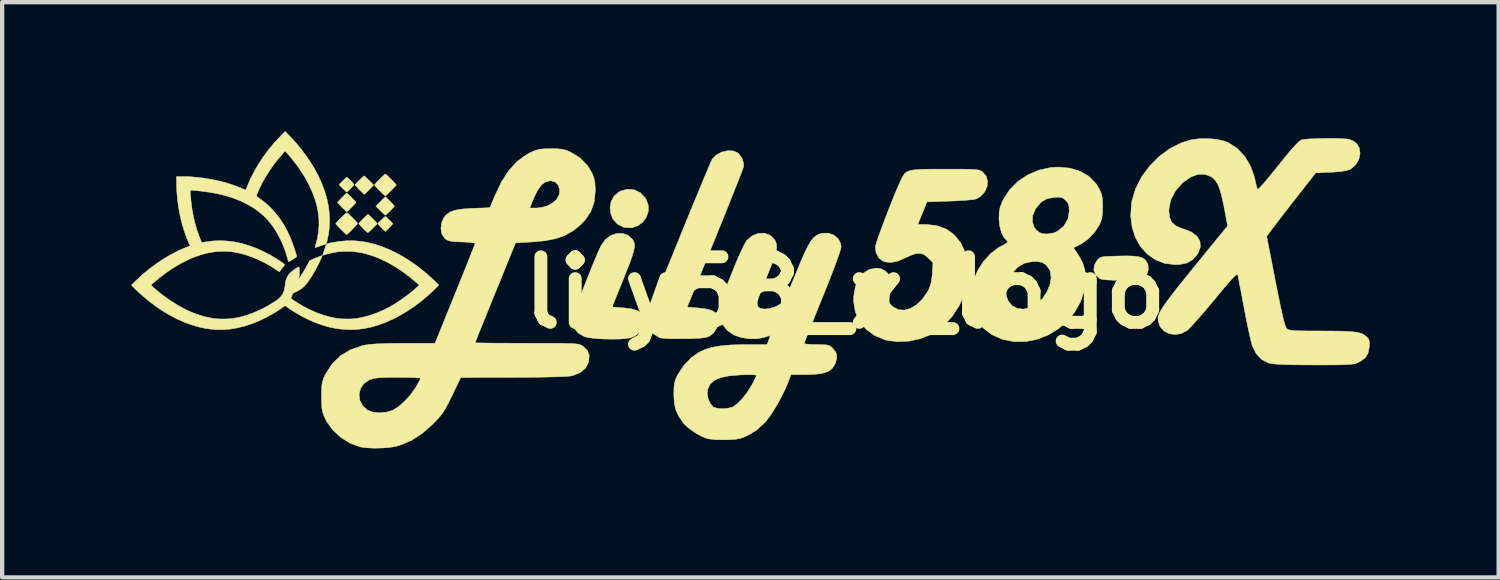
<source format=kicad_pcb>
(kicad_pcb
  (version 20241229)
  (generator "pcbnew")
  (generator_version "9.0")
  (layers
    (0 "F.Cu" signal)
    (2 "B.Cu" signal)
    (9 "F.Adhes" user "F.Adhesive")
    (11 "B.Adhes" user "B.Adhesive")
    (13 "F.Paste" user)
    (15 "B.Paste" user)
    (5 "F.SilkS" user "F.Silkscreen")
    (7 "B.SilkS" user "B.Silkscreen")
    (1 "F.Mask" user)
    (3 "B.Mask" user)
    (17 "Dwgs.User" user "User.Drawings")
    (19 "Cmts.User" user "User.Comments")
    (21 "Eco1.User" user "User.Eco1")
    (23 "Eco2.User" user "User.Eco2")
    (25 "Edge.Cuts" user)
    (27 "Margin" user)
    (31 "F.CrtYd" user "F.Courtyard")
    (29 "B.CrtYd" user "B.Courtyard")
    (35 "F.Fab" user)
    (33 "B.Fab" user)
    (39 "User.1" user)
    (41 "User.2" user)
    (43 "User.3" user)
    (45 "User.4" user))
  (footprint "lily58_x_logo"
    (layer "F.Cu")
    (at 16.601 3.755)
    (property "Reference" "lily58_x_logo" (at 0 0 0) (layer "F.SilkS") (effects (font (size 1.524 1.524) (thickness 0.3))))
    (attr through_hole)
    (fp_poly (pts (xy -4.905 -2.393) (xy -4.762 -2.323) (xy -4.646 -2.2) (xy -4.635 -2.183) (xy -4.579 -2.038) (xy -4.577 -1.893) (xy -4.622 -1.757) (xy -4.707 -1.642) (xy -4.822 -1.556) (xy -4.961 -1.51) (xy -5.116 -1.514) (xy -5.161 -1.525) (xy -5.296 -1.595) (xy -5.394 -1.702) (xy -5.451 -1.834) (xy -5.468 -1.977) (xy -5.443 -2.118) (xy -5.375 -2.244) (xy -5.263 -2.342) (xy -5.228 -2.361) (xy -5.064 -2.407) (xy -4.905 -2.393)) (stroke (width 0.01) (type solid)) (fill yes) (layer "F.SilkS"))
    (fp_poly (pts (xy -10.587 -2.128) (xy -10.555 -2.096) (xy -10.527 -2.066) (xy -10.505 -2.042) (xy -10.489 -2.023) (xy -10.482 -2.013) (xy -10.482 -2.012) (xy -10.487 -2.003) (xy -10.5 -1.987) (xy -10.521 -1.964) (xy -10.546 -1.937) (xy -10.574 -1.909) (xy -10.603 -1.88) (xy -10.631 -1.853) (xy -10.656 -1.83) (xy -10.676 -1.812) (xy -10.689 -1.803) (xy -10.692 -1.801) (xy -10.701 -1.806) (xy -10.717 -1.82) (xy -10.741 -1.841) (xy -10.769 -1.868) (xy -10.801 -1.899) (xy -10.808 -1.907) (xy -10.913 -2.012) (xy -10.803 -2.122) (xy -10.692 -2.233) (xy -10.587 -2.128)) (stroke (width 0.01) (type solid)) (fill yes) (layer "F.SilkS"))
    (fp_poly (pts (xy 6.694 -0.852) (xy 6.811 -0.839) (xy 6.894 -0.817) (xy 6.955 -0.782) (xy 6.985 -0.755) (xy 7.039 -0.654) (xy 7.048 -0.534) (xy 7.012 -0.419) (xy 6.971 -0.364) (xy 6.937 -0.333) (xy 6.902 -0.312) (xy 6.852 -0.298) (xy 6.777 -0.29) (xy 6.665 -0.287) (xy 6.504 -0.287) (xy 6.439 -0.287) (xy 6.238 -0.29) (xy 6.079 -0.298) (xy 5.97 -0.31) (xy 5.921 -0.324) (xy 5.824 -0.411) (xy 5.78 -0.522) (xy 5.792 -0.643) (xy 5.855 -0.752) (xy 5.89 -0.79) (xy 5.926 -0.815) (xy 5.975 -0.832) (xy 6.052 -0.841) (xy 6.168 -0.847) (xy 6.32 -0.852) (xy 6.533 -0.856) (xy 6.694 -0.852)) (stroke (width 0.01) (type solid)) (fill yes) (layer "F.SilkS"))
    (fp_poly (pts (xy -11.581 -2.682) (xy -11.565 -2.668) (xy -11.544 -2.648) (xy -11.519 -2.624) (xy -11.493 -2.598) (xy -11.468 -2.572) (xy -11.446 -2.548) (xy -11.429 -2.529) (xy -11.419 -2.516) (xy -11.418 -2.513) (xy -11.423 -2.504) (xy -11.436 -2.488) (xy -11.456 -2.466) (xy -11.479 -2.441) (xy -11.505 -2.414) (xy -11.531 -2.389) (xy -11.554 -2.367) (xy -11.573 -2.349) (xy -11.586 -2.34) (xy -11.589 -2.338) (xy -11.596 -2.343) (xy -11.612 -2.357) (xy -11.634 -2.377) (xy -11.66 -2.403) (xy -11.683 -2.425) (xy -11.769 -2.512) (xy -11.683 -2.599) (xy -11.654 -2.628) (xy -11.628 -2.653) (xy -11.608 -2.672) (xy -11.594 -2.684) (xy -11.59 -2.687) (xy -11.581 -2.682)) (stroke (width 0.01) (type solid)) (fill yes) (layer "F.SilkS"))
    (fp_poly (pts (xy -10.684 -1.767) (xy -10.668 -1.754) (xy -10.646 -1.735) (xy -10.621 -1.711) (xy -10.594 -1.685) (xy -10.569 -1.66) (xy -10.546 -1.636) (xy -10.529 -1.617) (xy -10.519 -1.605) (xy -10.518 -1.602) (xy -10.523 -1.595) (xy -10.536 -1.58) (xy -10.555 -1.559) (xy -10.579 -1.534) (xy -10.605 -1.508) (xy -10.63 -1.482) (xy -10.654 -1.459) (xy -10.674 -1.44) (xy -10.687 -1.427) (xy -10.692 -1.424) (xy -10.698 -1.429) (xy -10.713 -1.442) (xy -10.734 -1.463) (xy -10.76 -1.488) (xy -10.781 -1.509) (xy -10.81 -1.538) (xy -10.834 -1.564) (xy -10.853 -1.584) (xy -10.864 -1.598) (xy -10.866 -1.602) (xy -10.861 -1.61) (xy -10.848 -1.626) (xy -10.828 -1.647) (xy -10.804 -1.672) (xy -10.777 -1.698) (xy -10.751 -1.723) (xy -10.727 -1.745) (xy -10.708 -1.762) (xy -10.695 -1.771) (xy -10.692 -1.772) (xy -10.684 -1.767)) (stroke (width 0.01) (type solid)) (fill yes) (layer "F.SilkS"))
    (fp_poly (pts (xy -11.581 -2.312) (xy -11.565 -2.298) (xy -11.543 -2.277) (xy -11.517 -2.252) (xy -11.488 -2.224) (xy -11.46 -2.194) (xy -11.432 -2.166) (xy -11.408 -2.14) (xy -11.389 -2.119) (xy -11.377 -2.104) (xy -11.374 -2.099) (xy -11.379 -2.091) (xy -11.393 -2.075) (xy -11.413 -2.053) (xy -11.438 -2.026) (xy -11.466 -1.997) (xy -11.495 -1.968) (xy -11.523 -1.94) (xy -11.548 -1.915) (xy -11.569 -1.896) (xy -11.583 -1.884) (xy -11.588 -1.881) (xy -11.595 -1.886) (xy -11.611 -1.9) (xy -11.633 -1.921) (xy -11.661 -1.947) (xy -11.692 -1.978) (xy -11.699 -1.984) (xy -11.73 -2.016) (xy -11.758 -2.045) (xy -11.78 -2.07) (xy -11.796 -2.088) (xy -11.802 -2.098) (xy -11.803 -2.099) (xy -11.798 -2.107) (xy -11.784 -2.123) (xy -11.764 -2.145) (xy -11.739 -2.172) (xy -11.711 -2.201) (xy -11.682 -2.23) (xy -11.654 -2.258) (xy -11.629 -2.282) (xy -11.608 -2.302) (xy -11.594 -2.314) (xy -11.588 -2.317) (xy -11.581 -2.312)) (stroke (width 0.01) (type solid)) (fill yes) (layer "F.SilkS"))
    (fp_poly (pts (xy -11.178 -2.711) (xy -11.161 -2.697) (xy -11.139 -2.677) (xy -11.113 -2.652) (xy -11.084 -2.624) (xy -11.054 -2.595) (xy -11.026 -2.567) (xy -11.002 -2.542) (xy -10.983 -2.521) (xy -10.971 -2.507) (xy -10.968 -2.502) (xy -10.973 -2.494) (xy -10.986 -2.479) (xy -11.007 -2.457) (xy -11.032 -2.431) (xy -11.06 -2.403) (xy -11.089 -2.374) (xy -11.117 -2.346) (xy -11.142 -2.322) (xy -11.163 -2.303) (xy -11.177 -2.291) (xy -11.182 -2.288) (xy -11.189 -2.293) (xy -11.205 -2.306) (xy -11.228 -2.327) (xy -11.255 -2.354) (xy -11.286 -2.385) (xy -11.293 -2.391) (xy -11.324 -2.423) (xy -11.352 -2.452) (xy -11.374 -2.477) (xy -11.389 -2.495) (xy -11.396 -2.505) (xy -11.396 -2.506) (xy -11.391 -2.514) (xy -11.377 -2.531) (xy -11.357 -2.553) (xy -11.332 -2.58) (xy -11.304 -2.608) (xy -11.275 -2.637) (xy -11.247 -2.664) (xy -11.222 -2.687) (xy -11.202 -2.705) (xy -11.189 -2.714) (xy -11.186 -2.716) (xy -11.178 -2.711)) (stroke (width 0.01) (type solid)) (fill yes) (layer "F.SilkS"))
    (fp_poly (pts (xy -11.087 -1.817) (xy -11.077 -1.81) (xy -11.06 -1.794) (xy -11.037 -1.772) (xy -11.011 -1.746) (xy -10.983 -1.718) (xy -10.955 -1.689) (xy -10.928 -1.662) (xy -10.906 -1.639) (xy -10.89 -1.621) (xy -10.882 -1.61) (xy -10.881 -1.608) (xy -10.886 -1.601) (xy -10.9 -1.585) (xy -10.92 -1.563) (xy -10.946 -1.537) (xy -10.974 -1.509) (xy -11.004 -1.48) (xy -11.032 -1.452) (xy -11.058 -1.428) (xy -11.079 -1.41) (xy -11.093 -1.398) (xy -11.099 -1.395) (xy -11.107 -1.4) (xy -11.124 -1.414) (xy -11.147 -1.435) (xy -11.175 -1.461) (xy -11.206 -1.492) (xy -11.209 -1.495) (xy -11.24 -1.526) (xy -11.267 -1.555) (xy -11.289 -1.579) (xy -11.303 -1.596) (xy -11.309 -1.605) (xy -11.309 -1.606) (xy -11.304 -1.614) (xy -11.29 -1.631) (xy -11.269 -1.654) (xy -11.243 -1.682) (xy -11.212 -1.714) (xy -11.205 -1.721) (xy -11.169 -1.756) (xy -11.142 -1.783) (xy -11.122 -1.801) (xy -11.107 -1.812) (xy -11.097 -1.818) (xy -11.09 -1.818) (xy -11.087 -1.817)) (stroke (width 0.01) (type solid)) (fill yes) (layer "F.SilkS"))
    (fp_poly (pts (xy -11.579 -1.854) (xy -11.561 -1.84) (xy -11.537 -1.819) (xy -11.508 -1.793) (xy -11.478 -1.763) (xy -11.446 -1.732) (xy -11.415 -1.7) (xy -11.387 -1.671) (xy -11.364 -1.645) (xy -11.347 -1.624) (xy -11.339 -1.611) (xy -11.338 -1.609) (xy -11.343 -1.6) (xy -11.357 -1.583) (xy -11.378 -1.559) (xy -11.404 -1.531) (xy -11.433 -1.5) (xy -11.465 -1.468) (xy -11.496 -1.436) (xy -11.526 -1.407) (xy -11.552 -1.383) (xy -11.573 -1.364) (xy -11.587 -1.353) (xy -11.592 -1.351) (xy -11.6 -1.356) (xy -11.616 -1.37) (xy -11.64 -1.391) (xy -11.669 -1.419) (xy -11.701 -1.45) (xy -11.72 -1.469) (xy -11.755 -1.503) (xy -11.785 -1.535) (xy -11.811 -1.562) (xy -11.83 -1.583) (xy -11.841 -1.597) (xy -11.843 -1.601) (xy -11.843 -1.607) (xy -11.837 -1.618) (xy -11.825 -1.634) (xy -11.805 -1.655) (xy -11.777 -1.684) (xy -11.741 -1.722) (xy -11.725 -1.737) (xy -11.682 -1.78) (xy -11.646 -1.814) (xy -11.618 -1.839) (xy -11.599 -1.854) (xy -11.588 -1.859) (xy -11.579 -1.854)) (stroke (width 0.01) (type solid)) (fill yes) (layer "F.SilkS"))
    (fp_poly (pts (xy -10.684 -2.754) (xy -10.667 -2.741) (xy -10.644 -2.72) (xy -10.617 -2.693) (xy -10.586 -2.664) (xy -10.555 -2.632) (xy -10.523 -2.601) (xy -10.495 -2.571) (xy -10.47 -2.545) (xy -10.452 -2.524) (xy -10.44 -2.51) (xy -10.438 -2.505) (xy -10.443 -2.497) (xy -10.457 -2.48) (xy -10.478 -2.457) (xy -10.504 -2.43) (xy -10.534 -2.399) (xy -10.565 -2.368) (xy -10.597 -2.337) (xy -10.627 -2.308) (xy -10.653 -2.283) (xy -10.674 -2.265) (xy -10.688 -2.254) (xy -10.692 -2.251) (xy -10.7 -2.256) (xy -10.717 -2.27) (xy -10.741 -2.292) (xy -10.77 -2.319) (xy -10.803 -2.351) (xy -10.825 -2.373) (xy -10.859 -2.408) (xy -10.889 -2.439) (xy -10.915 -2.467) (xy -10.934 -2.488) (xy -10.944 -2.502) (xy -10.946 -2.505) (xy -10.941 -2.514) (xy -10.927 -2.53) (xy -10.907 -2.553) (xy -10.88 -2.581) (xy -10.851 -2.611) (xy -10.819 -2.643) (xy -10.788 -2.674) (xy -10.758 -2.703) (xy -10.732 -2.727) (xy -10.711 -2.746) (xy -10.697 -2.757) (xy -10.692 -2.759) (xy -10.684 -2.754)) (stroke (width 0.01) (type solid)) (fill yes) (layer "F.SilkS"))
    (fp_poly (pts (xy -5.053 -1.337) (xy -4.949 -1.243) (xy -4.935 -1.223) (xy -4.91 -1.176) (xy -4.898 -1.121) (xy -4.901 -1.051) (xy -4.92 -0.959) (xy -4.957 -0.837) (xy -5.015 -0.677) (xy -5.095 -0.473) (xy -5.17 -0.285) (xy -5.42 0.333) (xy -5.157 0.352) (xy -4.971 0.375) (xy -4.838 0.414) (xy -4.748 0.474) (xy -4.694 0.555) (xy -4.671 0.674) (xy -4.701 0.798) (xy -4.775 0.913) (xy -4.884 1.004) (xy -4.987 1.048) (xy -5.091 1.066) (xy -5.239 1.077) (xy -5.414 1.08) (xy -5.598 1.077) (xy -5.775 1.067) (xy -5.928 1.051) (xy -6.04 1.029) (xy -6.063 1.022) (xy -6.209 0.938) (xy -6.303 0.823) (xy -6.341 0.681) (xy -6.338 0.603) (xy -6.323 0.541) (xy -6.286 0.431) (xy -6.233 0.282) (xy -6.167 0.105) (xy -6.092 -0.091) (xy -6.012 -0.296) (xy -5.931 -0.499) (xy -5.853 -0.691) (xy -5.782 -0.861) (xy -5.721 -1) (xy -5.674 -1.098) (xy -5.673 -1.1) (xy -5.576 -1.235) (xy -5.454 -1.328) (xy -5.318 -1.377) (xy -5.18 -1.381) (xy -5.053 -1.337)) (stroke (width 0.01) (type solid)) (fill yes) (layer "F.SilkS"))
    (fp_poly (pts (xy -2.608 -3.297) (xy -2.499 -3.251) (xy -2.481 -3.235) (xy -2.395 -3.122) (xy -2.36 -2.995) (xy -2.365 -2.922) (xy -2.38 -2.878) (xy -2.417 -2.78) (xy -2.474 -2.635) (xy -2.547 -2.449) (xy -2.636 -2.226) (xy -2.737 -1.974) (xy -2.848 -1.697) (xy -2.968 -1.402) (xy -3.028 -1.253) (xy -3.673 0.333) (xy -3.432 0.354) (xy -3.242 0.376) (xy -3.107 0.411) (xy -3.019 0.463) (xy -2.971 0.538) (xy -2.953 0.64) (xy -2.953 0.666) (xy -2.982 0.813) (xy -3.062 0.938) (xy -3.152 1.007) (xy -3.205 1.03) (xy -3.275 1.046) (xy -3.374 1.058) (xy -3.513 1.065) (xy -3.701 1.07) (xy -3.747 1.071) (xy -3.939 1.071) (xy -4.103 1.068) (xy -4.23 1.06) (xy -4.307 1.049) (xy -4.318 1.045) (xy -4.46 0.957) (xy -4.553 0.834) (xy -4.592 0.687) (xy -4.574 0.527) (xy -4.571 0.518) (xy -4.548 0.455) (xy -4.505 0.342) (xy -4.443 0.185) (xy -4.366 -0.009) (xy -4.275 -0.234) (xy -4.175 -0.484) (xy -4.066 -0.752) (xy -3.952 -1.032) (xy -3.836 -1.318) (xy -3.72 -1.603) (xy -3.606 -1.881) (xy -3.497 -2.146) (xy -3.395 -2.391) (xy -3.305 -2.61) (xy -3.226 -2.797) (xy -3.164 -2.945) (xy -3.119 -3.048) (xy -3.095 -3.1) (xy -3.093 -3.104) (xy -2.999 -3.201) (xy -2.876 -3.268) (xy -2.739 -3.301) (xy -2.608 -3.297)) (stroke (width 0.01) (type solid)) (fill yes) (layer "F.SilkS"))
    (fp_poly (pts (xy 2.566 -2.873) (xy 2.755 -2.872) (xy 2.897 -2.869) (xy 3.001 -2.864) (xy 3.074 -2.857) (xy 3.124 -2.845) (xy 3.16 -2.83) (xy 3.191 -2.811) (xy 3.195 -2.808) (xy 3.277 -2.711) (xy 3.31 -2.593) (xy 3.298 -2.466) (xy 3.242 -2.343) (xy 3.146 -2.24) (xy 3.048 -2.181) (xy 2.99 -2.169) (xy 2.882 -2.156) (xy 2.735 -2.144) (xy 2.562 -2.134) (xy 2.434 -2.129) (xy 1.899 -2.111) (xy 1.793 -1.849) (xy 1.688 -1.587) (xy 1.886 -1.587) (xy 2.135 -1.559) (xy 2.354 -1.477) (xy 2.538 -1.343) (xy 2.684 -1.16) (xy 2.763 -0.998) (xy 2.817 -0.794) (xy 2.84 -0.556) (xy 2.832 -0.304) (xy 2.792 -0.062) (xy 2.769 0.02) (xy 2.659 0.286) (xy 2.502 0.532) (xy 2.308 0.747) (xy 2.089 0.918) (xy 1.993 0.972) (xy 1.745 1.07) (xy 1.479 1.127) (xy 1.213 1.139) (xy 0.966 1.107) (xy 0.909 1.091) (xy 0.672 0.989) (xy 0.478 0.844) (xy 0.332 0.662) (xy 0.236 0.449) (xy 0.196 0.21) (xy 0.199 0.074) (xy 0.237 -0.141) (xy 0.313 -0.32) (xy 0.421 -0.455) (xy 0.556 -0.54) (xy 0.714 -0.571) (xy 0.719 -0.572) (xy 0.834 -0.558) (xy 0.927 -0.506) (xy 0.957 -0.481) (xy 1.008 -0.43) (xy 1.04 -0.375) (xy 1.055 -0.305) (xy 1.056 -0.205) (xy 1.043 -0.062) (xy 1.033 0.033) (xy 1.021 0.146) (xy 1.022 0.215) (xy 1.041 0.261) (xy 1.083 0.304) (xy 1.11 0.327) (xy 1.234 0.394) (xy 1.373 0.406) (xy 1.518 0.365) (xy 1.663 0.277) (xy 1.799 0.144) (xy 1.919 -0.03) (xy 1.942 -0.072) (xy 1.995 -0.224) (xy 2.024 -0.426) (xy 2.025 -0.452) (xy 2.04 -0.697) (xy 1.928 -0.809) (xy 1.84 -0.881) (xy 1.75 -0.915) (xy 1.646 -0.91) (xy 1.515 -0.865) (xy 1.397 -0.81) (xy 1.213 -0.732) (xy 1.06 -0.701) (xy 0.927 -0.716) (xy 0.872 -0.736) (xy 0.779 -0.811) (xy 0.718 -0.928) (xy 0.699 -1.057) (xy 0.71 -1.111) (xy 0.742 -1.213) (xy 0.791 -1.354) (xy 0.853 -1.524) (xy 0.924 -1.712) (xy 1 -1.909) (xy 1.077 -2.106) (xy 1.152 -2.291) (xy 1.221 -2.455) (xy 1.28 -2.588) (xy 1.319 -2.669) (xy 1.352 -2.729) (xy 1.388 -2.776) (xy 1.435 -2.811) (xy 1.499 -2.837) (xy 1.59 -2.854) (xy 1.714 -2.865) (xy 1.88 -2.871) (xy 2.095 -2.873) (xy 2.322 -2.873) (xy 2.566 -2.873)) (stroke (width 0.01) (type solid)) (fill yes) (layer "F.SilkS"))
    (fp_poly (pts (xy 5.223 -2.896) (xy 5.463 -2.823) (xy 5.666 -2.704) (xy 5.826 -2.541) (xy 5.89 -2.442) (xy 5.938 -2.348) (xy 5.966 -2.265) (xy 5.98 -2.171) (xy 5.985 -2.043) (xy 5.985 -2) (xy 5.981 -1.847) (xy 5.967 -1.734) (xy 5.938 -1.64) (xy 5.911 -1.581) (xy 5.799 -1.408) (xy 5.65 -1.251) (xy 5.483 -1.131) (xy 5.446 -1.112) (xy 5.308 -1.045) (xy 5.415 -0.886) (xy 5.518 -0.703) (xy 5.573 -0.52) (xy 5.588 -0.332) (xy 5.558 -0.054) (xy 5.473 0.207) (xy 5.339 0.446) (xy 5.165 0.659) (xy 4.956 0.839) (xy 4.72 0.983) (xy 4.463 1.084) (xy 4.194 1.137) (xy 3.919 1.138) (xy 3.647 1.082) (xy 3.409 0.976) (xy 3.214 0.828) (xy 3.067 0.642) (xy 2.969 0.426) (xy 2.924 0.186) (xy 2.934 -0.074) (xy 2.935 -0.079) (xy 3.733 -0.079) (xy 3.743 0.072) (xy 3.794 0.201) (xy 3.88 0.301) (xy 3.997 0.364) (xy 4.139 0.383) (xy 4.302 0.348) (xy 4.328 0.338) (xy 4.469 0.252) (xy 4.592 0.128) (xy 4.69 -0.021) (xy 4.757 -0.181) (xy 4.786 -0.34) (xy 4.77 -0.483) (xy 4.75 -0.534) (xy 4.674 -0.643) (xy 4.577 -0.705) (xy 4.446 -0.727) (xy 4.353 -0.724) (xy 4.17 -0.686) (xy 4.016 -0.598) (xy 3.882 -0.453) (xy 3.853 -0.412) (xy 3.768 -0.243) (xy 3.733 -0.079) (xy 2.935 -0.079) (xy 2.984 -0.29) (xy 3.079 -0.515) (xy 3.214 -0.726) (xy 3.379 -0.908) (xy 3.561 -1.049) (xy 3.679 -1.109) (xy 3.758 -1.153) (xy 3.775 -1.193) (xy 3.746 -1.223) (xy 3.683 -1.293) (xy 3.629 -1.409) (xy 3.591 -1.555) (xy 3.582 -1.647) (xy 4.351 -1.647) (xy 4.396 -1.517) (xy 4.443 -1.458) (xy 4.517 -1.397) (xy 4.598 -1.37) (xy 4.685 -1.365) (xy 4.85 -1.39) (xy 4.942 -1.432) (xy 5.086 -1.554) (xy 5.175 -1.707) (xy 5.207 -1.888) (xy 5.207 -1.898) (xy 5.201 -2.009) (xy 5.177 -2.084) (xy 5.126 -2.148) (xy 5.125 -2.148) (xy 5.071 -2.195) (xy 5.014 -2.217) (xy 4.932 -2.221) (xy 4.861 -2.217) (xy 4.692 -2.185) (xy 4.561 -2.111) (xy 4.45 -1.986) (xy 4.421 -1.942) (xy 4.359 -1.793) (xy 4.351 -1.647) (xy 3.582 -1.647) (xy 3.575 -1.714) (xy 3.575 -1.733) (xy 3.579 -1.87) (xy 3.599 -1.979) (xy 3.641 -2.092) (xy 3.677 -2.167) (xy 3.823 -2.395) (xy 4.017 -2.589) (xy 4.249 -2.743) (xy 4.51 -2.852) (xy 4.791 -2.912) (xy 4.951 -2.921) (xy 5.223 -2.896)) (stroke (width 0.01) (type solid)) (fill yes) (layer "F.SilkS"))
    (fp_poly (pts (xy -0.269 -1.342) (xy -0.167 -1.26) (xy -0.107 -1.146) (xy -0.095 -1.064) (xy -0.107 -1.007) (xy -0.142 -0.898) (xy -0.197 -0.741) (xy -0.271 -0.543) (xy -0.361 -0.31) (xy -0.466 -0.047) (xy -0.524 0.096) (xy -0.623 0.34) (xy -0.713 0.566) (xy -0.793 0.766) (xy -0.86 0.934) (xy -0.911 1.064) (xy -0.942 1.148) (xy -0.953 1.179) (xy -0.923 1.191) (xy -0.844 1.2) (xy -0.73 1.206) (xy -0.664 1.206) (xy -0.526 1.208) (xy -0.435 1.214) (xy -0.375 1.229) (xy -0.329 1.257) (xy -0.283 1.299) (xy -0.21 1.402) (xy -0.194 1.516) (xy -0.233 1.65) (xy -0.241 1.669) (xy -0.304 1.762) (xy -0.397 1.83) (xy -0.527 1.874) (xy -0.702 1.898) (xy -0.911 1.905) (xy -1.261 1.905) (xy -1.317 2.056) (xy -1.396 2.243) (xy -1.496 2.446) (xy -1.609 2.648) (xy -1.724 2.831) (xy -1.831 2.977) (xy -1.865 3.016) (xy -2.056 3.192) (xy -2.246 3.308) (xy -2.352 3.357) (xy -2.442 3.389) (xy -2.538 3.407) (xy -2.66 3.416) (xy -2.776 3.42) (xy -3.002 3.418) (xy -3.173 3.399) (xy -3.235 3.383) (xy -3.368 3.326) (xy -3.512 3.241) (xy -3.646 3.144) (xy -3.748 3.049) (xy -3.768 3.024) (xy -3.873 2.867) (xy -3.939 2.725) (xy -3.973 2.575) (xy -3.984 2.391) (xy -3.984 2.365) (xy -3.984 2.349) (xy -3.207 2.349) (xy -3.187 2.466) (xy -3.137 2.576) (xy -3.07 2.655) (xy -3.056 2.664) (xy -2.972 2.689) (xy -2.854 2.697) (xy -2.729 2.687) (xy -2.625 2.661) (xy -2.606 2.652) (xy -2.504 2.578) (xy -2.39 2.461) (xy -2.277 2.315) (xy -2.177 2.155) (xy -2.164 2.132) (xy -2.113 2.033) (xy -2.077 1.957) (xy -2.064 1.92) (xy -2.093 1.912) (xy -2.174 1.908) (xy -2.294 1.908) (xy -2.44 1.912) (xy -2.441 1.912) (xy -2.699 1.933) (xy -2.899 1.975) (xy -3.046 2.04) (xy -3.144 2.129) (xy -3.196 2.245) (xy -3.207 2.349) (xy -3.984 2.349) (xy -3.982 2.219) (xy -3.972 2.114) (xy -3.949 2.028) (xy -3.911 1.941) (xy -3.895 1.91) (xy -3.751 1.69) (xy -3.574 1.506) (xy -3.399 1.385) (xy -3.254 1.319) (xy -3.088 1.269) (xy -2.893 1.235) (xy -2.658 1.215) (xy -2.373 1.207) (xy -2.313 1.207) (xy -1.816 1.206) (xy -1.781 1.107) (xy -1.757 1.037) (xy -1.746 1) (xy -1.746 0.999) (xy -1.773 1.004) (xy -1.841 1.025) (xy -1.881 1.039) (xy -2.043 1.071) (xy -2.232 1.071) (xy -2.422 1.041) (xy -2.588 0.984) (xy -2.739 0.88) (xy -2.832 0.765) (xy -2.884 0.676) (xy -2.91 0.6) (xy -2.917 0.51) (xy -2.914 0.413) (xy -2.905 0.331) (xy -2.888 0.241) (xy -2.857 0.132) (xy -2.812 -0.003) (xy -2.747 -0.176) (xy -2.662 -0.395) (xy -2.637 -0.456) (xy -2.538 -0.7) (xy -2.448 -0.905) (xy -2.372 -1.066) (xy -2.313 -1.178) (xy -2.28 -1.224) (xy -2.156 -1.327) (xy -2.018 -1.381) (xy -1.878 -1.385) (xy -1.749 -1.337) (xy -1.669 -1.266) (xy -1.625 -1.204) (xy -1.599 -1.137) (xy -1.594 -1.056) (xy -1.611 -0.953) (xy -1.65 -0.819) (xy -1.714 -0.645) (xy -1.798 -0.435) (xy -1.887 -0.218) (xy -1.953 -0.051) (xy -2 0.073) (xy -2.029 0.162) (xy -2.044 0.225) (xy -2.046 0.269) (xy -2.038 0.303) (xy -2.028 0.325) (xy -1.973 0.366) (xy -1.878 0.38) (xy -1.761 0.369) (xy -1.639 0.334) (xy -1.534 0.28) (xy -1.494 0.25) (xy -1.457 0.214) (xy -1.421 0.164) (xy -1.381 0.092) (xy -1.332 -0.01) (xy -1.271 -0.15) (xy -1.193 -0.336) (xy -1.131 -0.488) (xy -1.027 -0.738) (xy -0.94 -0.935) (xy -0.866 -1.085) (xy -0.8 -1.197) (xy -0.738 -1.275) (xy -0.676 -1.328) (xy -0.609 -1.362) (xy -0.542 -1.381) (xy -0.398 -1.386) (xy -0.269 -1.342)) (stroke (width 0.01) (type solid)) (fill yes) (layer "F.SilkS"))
    (fp_poly (pts (xy -6.689 -3.346) (xy -6.576 -3.334) (xy -6.481 -3.308) (xy -6.379 -3.266) (xy -6.379 -3.266) (xy -6.165 -3.133) (xy -5.993 -2.957) (xy -5.886 -2.781) (xy -5.843 -2.671) (xy -5.82 -2.557) (xy -5.811 -2.414) (xy -5.811 -2.365) (xy -5.836 -2.11) (xy -5.915 -1.886) (xy -6.051 -1.685) (xy -6.15 -1.583) (xy -6.324 -1.442) (xy -6.51 -1.335) (xy -6.72 -1.259) (xy -6.967 -1.209) (xy -7.261 -1.181) (xy -7.285 -1.179) (xy -7.664 -1.159) (xy -8.134 -0.004) (xy -8.238 0.251) (xy -8.333 0.487) (xy -8.418 0.697) (xy -8.491 0.876) (xy -8.547 1.017) (xy -8.586 1.114) (xy -8.603 1.16) (xy -8.604 1.163) (xy -8.574 1.166) (xy -8.486 1.168) (xy -8.35 1.17) (xy -8.17 1.172) (xy -7.954 1.173) (xy -7.71 1.174) (xy -7.443 1.175) (xy -7.402 1.175) (xy -7.095 1.175) (xy -6.844 1.175) (xy -6.644 1.176) (xy -6.487 1.179) (xy -6.369 1.182) (xy -6.281 1.188) (xy -6.218 1.196) (xy -6.173 1.206) (xy -6.14 1.219) (xy -6.112 1.235) (xy -6.095 1.246) (xy -5.995 1.342) (xy -5.952 1.459) (xy -5.965 1.603) (xy -5.968 1.616) (xy -6.036 1.752) (xy -6.157 1.855) (xy -6.325 1.924) (xy -6.381 1.937) (xy -6.451 1.944) (xy -6.577 1.951) (xy -6.75 1.957) (xy -6.961 1.962) (xy -7.203 1.966) (xy -7.468 1.969) (xy -7.743 1.97) (xy -8.938 1.972) (xy -9.14 2.391) (xy -9.225 2.563) (xy -9.294 2.693) (xy -9.359 2.796) (xy -9.43 2.887) (xy -9.518 2.983) (xy -9.601 3.067) (xy -9.835 3.272) (xy -10.069 3.425) (xy -10.32 3.534) (xy -10.447 3.573) (xy -10.587 3.597) (xy -10.764 3.611) (xy -10.954 3.615) (xy -11.132 3.606) (xy -11.274 3.586) (xy -11.279 3.585) (xy -11.513 3.499) (xy -11.732 3.362) (xy -11.92 3.185) (xy -12.065 2.98) (xy -12.091 2.927) (xy -12.131 2.836) (xy -12.156 2.753) (xy -12.17 2.658) (xy -12.175 2.533) (xy -12.176 2.413) (xy -12.176 2.367) (xy -11.302 2.367) (xy -11.285 2.503) (xy -11.219 2.629) (xy -11.104 2.731) (xy -11.103 2.732) (xy -10.976 2.779) (xy -10.817 2.793) (xy -10.65 2.774) (xy -10.516 2.731) (xy -10.386 2.65) (xy -10.245 2.526) (xy -10.109 2.376) (xy -9.993 2.215) (xy -9.972 2.18) (xy -9.921 2.087) (xy -9.885 2.017) (xy -9.874 1.988) (xy -9.904 1.982) (xy -9.987 1.976) (xy -10.113 1.972) (xy -10.271 1.97) (xy -10.406 1.969) (xy -10.611 1.97) (xy -10.764 1.974) (xy -10.876 1.982) (xy -10.959 1.994) (xy -11.024 2.011) (xy -11.071 2.03) (xy -11.195 2.117) (xy -11.272 2.233) (xy -11.302 2.367) (xy -12.176 2.367) (xy -12.174 2.258) (xy -12.168 2.147) (xy -12.152 2.062) (xy -12.125 1.984) (xy -12.082 1.893) (xy -12.081 1.892) (xy -11.929 1.655) (xy -11.736 1.466) (xy -11.501 1.325) (xy -11.223 1.23) (xy -11.18 1.22) (xy -11.058 1.202) (xy -10.886 1.189) (xy -10.66 1.18) (xy -10.377 1.176) (xy -10.253 1.175) (xy -9.537 1.175) (xy -9.07 0.024) (xy -8.967 -0.231) (xy -8.872 -0.467) (xy -8.787 -0.678) (xy -8.716 -0.858) (xy -8.66 -1) (xy -8.622 -1.098) (xy -8.605 -1.145) (xy -8.604 -1.148) (xy -8.634 -1.158) (xy -8.713 -1.167) (xy -8.829 -1.176) (xy -8.919 -1.18) (xy -9.068 -1.186) (xy -9.168 -1.196) (xy -9.234 -1.213) (xy -9.282 -1.239) (xy -9.316 -1.268) (xy -9.378 -1.365) (xy -9.4 -1.493) (xy -9.383 -1.629) (xy -9.338 -1.733) (xy -9.273 -1.815) (xy -9.186 -1.876) (xy -9.067 -1.918) (xy -8.907 -1.945) (xy -8.696 -1.961) (xy -8.647 -1.962) (xy -8.474 -1.968) (xy -7.333 -1.968) (xy -7.183 -1.969) (xy -7.057 -1.983) (xy -6.932 -2.017) (xy -6.903 -2.029) (xy -6.804 -2.087) (xy -6.72 -2.158) (xy -6.705 -2.175) (xy -6.648 -2.285) (xy -6.639 -2.397) (xy -6.671 -2.498) (xy -6.739 -2.571) (xy -6.838 -2.603) (xy -6.851 -2.603) (xy -6.96 -2.58) (xy -7.059 -2.508) (xy -7.151 -2.383) (xy -7.242 -2.199) (xy -7.268 -2.135) (xy -7.333 -1.968) (xy -8.474 -1.968) (xy -8.261 -1.976) (xy -8.145 -2.256) (xy -7.99 -2.58) (xy -7.817 -2.846) (xy -7.623 -3.056) (xy -7.406 -3.214) (xy -7.308 -3.265) (xy -7.206 -3.308) (xy -7.11 -3.333) (xy -6.999 -3.345) (xy -6.848 -3.349) (xy -6.842 -3.349) (xy -6.689 -3.346)) (stroke (width 0.01) (type solid)) (fill yes) (layer "F.SilkS"))
    (fp_poly (pts (xy 11.452 -3.586) (xy 11.591 -3.58) (xy 11.692 -3.571) (xy 11.711 -3.568) (xy 11.804 -3.531) (xy 11.889 -3.469) (xy 11.89 -3.468) (xy 11.954 -3.363) (xy 11.971 -3.237) (xy 11.943 -3.105) (xy 11.875 -2.983) (xy 11.771 -2.887) (xy 11.741 -2.869) (xy 11.654 -2.839) (xy 11.524 -2.817) (xy 11.341 -2.802) (xy 11.287 -2.8) (xy 10.938 -2.785) (xy 10.366 -2.054) (xy 10.221 -1.868) (xy 10.09 -1.698) (xy 9.977 -1.55) (xy 9.888 -1.432) (xy 9.828 -1.349) (xy 9.8 -1.308) (xy 9.799 -1.305) (xy 9.806 -1.27) (xy 9.823 -1.181) (xy 9.85 -1.044) (xy 9.885 -0.867) (xy 9.926 -0.657) (xy 9.972 -0.422) (xy 10.004 -0.255) (xy 10.066 0.057) (xy 10.118 0.309) (xy 10.162 0.508) (xy 10.198 0.656) (xy 10.227 0.757) (xy 10.251 0.816) (xy 10.262 0.833) (xy 10.286 0.851) (xy 10.32 0.865) (xy 10.374 0.875) (xy 10.456 0.882) (xy 10.573 0.886) (xy 10.733 0.889) (xy 10.946 0.89) (xy 11.057 0.89) (xy 11.331 0.891) (xy 11.549 0.895) (xy 11.719 0.902) (xy 11.849 0.914) (xy 11.946 0.932) (xy 12.02 0.955) (xy 12.076 0.987) (xy 12.119 1.021) (xy 12.166 1.074) (xy 12.187 1.133) (xy 12.187 1.221) (xy 12.185 1.262) (xy 12.157 1.405) (xy 12.095 1.509) (xy 11.986 1.591) (xy 11.922 1.623) (xy 11.879 1.64) (xy 11.83 1.654) (xy 11.765 1.664) (xy 11.677 1.671) (xy 11.559 1.676) (xy 11.403 1.679) (xy 11.2 1.68) (xy 10.942 1.68) (xy 10.89 1.68) (xy 10.601 1.679) (xy 10.369 1.676) (xy 10.186 1.671) (xy 10.046 1.663) (xy 9.942 1.653) (xy 9.867 1.641) (xy 9.837 1.633) (xy 9.679 1.552) (xy 9.554 1.417) (xy 9.463 1.23) (xy 9.453 1.198) (xy 9.432 1.117) (xy 9.402 0.985) (xy 9.365 0.816) (xy 9.325 0.62) (xy 9.284 0.409) (xy 9.273 0.349) (xy 9.234 0.145) (xy 9.199 -0.042) (xy 9.168 -0.2) (xy 9.145 -0.321) (xy 9.13 -0.393) (xy 9.128 -0.406) (xy 9.117 -0.422) (xy 9.096 -0.418) (xy 9.059 -0.389) (xy 9.001 -0.331) (xy 8.919 -0.24) (xy 8.808 -0.109) (xy 8.664 0.064) (xy 8.587 0.157) (xy 8.439 0.334) (xy 8.299 0.498) (xy 8.173 0.642) (xy 8.069 0.759) (xy 7.991 0.84) (xy 7.954 0.875) (xy 7.815 0.949) (xy 7.671 0.974) (xy 7.533 0.953) (xy 7.414 0.892) (xy 7.325 0.795) (xy 7.277 0.667) (xy 7.272 0.598) (xy 7.279 0.549) (xy 7.298 0.491) (xy 7.334 0.419) (xy 7.39 0.328) (xy 7.47 0.214) (xy 7.576 0.072) (xy 7.712 -0.103) (xy 7.882 -0.315) (xy 8.088 -0.57) (xy 8.151 -0.648) (xy 8.889 -1.553) (xy 8.841 -1.816) (xy 8.793 -2.068) (xy 8.748 -2.264) (xy 8.705 -2.414) (xy 8.658 -2.526) (xy 8.606 -2.608) (xy 8.545 -2.669) (xy 8.5 -2.7) (xy 8.353 -2.754) (xy 8.193 -2.749) (xy 8.025 -2.686) (xy 7.856 -2.566) (xy 7.833 -2.545) (xy 7.67 -2.357) (xy 7.567 -2.153) (xy 7.526 -1.935) (xy 7.525 -1.899) (xy 7.541 -1.747) (xy 7.594 -1.634) (xy 7.692 -1.551) (xy 7.844 -1.488) (xy 7.879 -1.478) (xy 8.055 -1.407) (xy 8.179 -1.312) (xy 8.247 -1.197) (xy 8.258 -1.067) (xy 8.208 -0.927) (xy 8.183 -0.887) (xy 8.077 -0.767) (xy 7.945 -0.691) (xy 7.777 -0.656) (xy 7.668 -0.652) (xy 7.426 -0.682) (xy 7.21 -0.766) (xy 7.022 -0.898) (xy 6.866 -1.072) (xy 6.747 -1.282) (xy 6.67 -1.521) (xy 6.637 -1.784) (xy 6.654 -2.064) (xy 6.666 -2.135) (xy 6.751 -2.419) (xy 6.89 -2.692) (xy 7.074 -2.943) (xy 7.296 -3.165) (xy 7.545 -3.348) (xy 7.815 -3.485) (xy 8.055 -3.557) (xy 8.246 -3.582) (xy 8.453 -3.583) (xy 8.655 -3.562) (xy 8.828 -3.521) (xy 8.899 -3.493) (xy 9.108 -3.36) (xy 9.283 -3.176) (xy 9.42 -2.952) (xy 9.512 -2.696) (xy 9.529 -2.619) (xy 9.552 -2.514) (xy 9.574 -2.435) (xy 9.589 -2.403) (xy 9.614 -2.42) (xy 9.672 -2.479) (xy 9.758 -2.576) (xy 9.865 -2.704) (xy 9.988 -2.855) (xy 10.063 -2.949) (xy 10.229 -3.156) (xy 10.362 -3.315) (xy 10.465 -3.43) (xy 10.542 -3.506) (xy 10.597 -3.547) (xy 10.612 -3.554) (xy 10.679 -3.566) (xy 10.795 -3.575) (xy 10.945 -3.582) (xy 11.114 -3.586) (xy 11.288 -3.588) (xy 11.452 -3.586)) (stroke (width 0.01) (type solid)) (fill yes) (layer "F.SilkS"))
    (fp_poly (pts (xy -12.922 -3.648) (xy -12.763 -3.475) (xy -12.614 -3.292) (xy -12.475 -3.099) (xy -12.452 -3.064) (xy -12.343 -2.889) (xy -12.249 -2.715) (xy -12.17 -2.541) (xy -12.105 -2.368) (xy -12.054 -2.196) (xy -12.017 -2.025) (xy -11.995 -1.855) (xy -11.987 -1.686) (xy -11.994 -1.518) (xy -12.015 -1.351) (xy -12.051 -1.185) (xy -12.056 -1.165) (xy -12.064 -1.134) (xy -12.136 -1.112) (xy -12.174 -1.099) (xy -12.215 -1.085) (xy -12.252 -1.072) (xy -12.263 -1.068) (xy -12.29 -1.058) (xy -12.31 -1.052) (xy -12.322 -1.05) (xy -12.324 -1.05) (xy -12.323 -1.058) (xy -12.319 -1.077) (xy -12.313 -1.103) (xy -12.308 -1.117) (xy -12.27 -1.269) (xy -12.246 -1.42) (xy -12.235 -1.571) (xy -12.238 -1.723) (xy -12.256 -1.876) (xy -12.287 -2.03) (xy -12.332 -2.185) (xy -12.392 -2.343) (xy -12.465 -2.503) (xy -12.467 -2.506) (xy -12.506 -2.583) (xy -12.544 -2.651) (xy -12.582 -2.716) (xy -12.625 -2.784) (xy -12.654 -2.828) (xy -12.723 -2.928) (xy -12.799 -3.03) (xy -12.878 -3.129) (xy -12.956 -3.222) (xy -12.987 -3.256) (xy -13.02 -3.293) (xy -13.036 -3.278) (xy -13.05 -3.264) (xy -13.072 -3.24) (xy -13.099 -3.209) (xy -13.129 -3.173) (xy -13.162 -3.134) (xy -13.195 -3.093) (xy -13.227 -3.054) (xy -13.256 -3.017) (xy -13.263 -3.009) (xy -13.331 -2.915) (xy -13.4 -2.813) (xy -13.465 -2.711) (xy -13.522 -2.614) (xy -13.544 -2.573) (xy -13.567 -2.528) (xy -13.59 -2.481) (xy -13.613 -2.434) (xy -13.634 -2.387) (xy -13.653 -2.345) (xy -13.669 -2.307) (xy -13.681 -2.276) (xy -13.688 -2.254) (xy -13.69 -2.243) (xy -13.689 -2.242) (xy -13.682 -2.237) (xy -13.666 -2.226) (xy -13.643 -2.21) (xy -13.624 -2.197) (xy -13.493 -2.098) (xy -13.37 -1.987) (xy -13.257 -1.866) (xy -13.153 -1.733) (xy -13.058 -1.589) (xy -12.972 -1.433) (xy -12.895 -1.266) (xy -12.828 -1.088) (xy -12.811 -1.039) (xy -12.797 -0.996) (xy -12.784 -0.954) (xy -12.773 -0.917) (xy -12.764 -0.888) (xy -12.76 -0.873) (xy -12.756 -0.85) (xy -12.755 -0.837) (xy -12.759 -0.829) (xy -12.764 -0.826) (xy -12.774 -0.819) (xy -12.795 -0.806) (xy -12.821 -0.789) (xy -12.852 -0.769) (xy -12.857 -0.766) (xy -12.888 -0.747) (xy -12.913 -0.732) (xy -12.932 -0.722) (xy -12.942 -0.718) (xy -12.943 -0.719) (xy -12.946 -0.728) (xy -12.952 -0.747) (xy -12.96 -0.773) (xy -12.963 -0.785) (xy -13.01 -0.943) (xy -13.066 -1.095) (xy -13.131 -1.24) (xy -13.203 -1.376) (xy -13.281 -1.503) (xy -13.367 -1.62) (xy -13.457 -1.724) (xy -13.513 -1.78) (xy -13.632 -1.881) (xy -13.762 -1.974) (xy -13.903 -2.057) (xy -14.054 -2.131) (xy -14.217 -2.195) (xy -14.39 -2.251) (xy -14.575 -2.297) (xy -14.771 -2.334) (xy -14.978 -2.362) (xy -15.165 -2.378) (xy -15.23 -2.383) (xy -15.225 -2.301) (xy -15.205 -2.08) (xy -15.174 -1.869) (xy -15.131 -1.665) (xy -15.077 -1.47) (xy -15.01 -1.283) (xy -14.975 -1.199) (xy -14.961 -1.166) (xy -14.864 -1.182) (xy -14.699 -1.203) (xy -14.534 -1.21) (xy -14.368 -1.202) (xy -14.201 -1.181) (xy -14.034 -1.146) (xy -13.865 -1.096) (xy -13.694 -1.033) (xy -13.522 -0.955) (xy -13.348 -0.863) (xy -13.333 -0.854) (xy -13.29 -0.829) (xy -13.246 -0.802) (xy -13.201 -0.773) (xy -13.157 -0.746) (xy -13.118 -0.72) (xy -13.084 -0.697) (xy -13.059 -0.678) (xy -13.043 -0.665) (xy -13.041 -0.663) (xy -13.034 -0.655) (xy -13.033 -0.647) (xy -13.038 -0.637) (xy -13.05 -0.622) (xy -13.063 -0.606) (xy -13.086 -0.578) (xy -13.11 -0.547) (xy -13.127 -0.523) (xy -13.154 -0.482) (xy -13.221 -0.528) (xy -13.359 -0.617) (xy -13.502 -0.698) (xy -13.648 -0.769) (xy -13.796 -0.831) (xy -13.944 -0.881) (xy -14.089 -0.92) (xy -14.231 -0.947) (xy -14.274 -0.953) (xy -14.33 -0.957) (xy -14.396 -0.96) (xy -14.467 -0.961) (xy -14.538 -0.959) (xy -14.606 -0.956) (xy -14.664 -0.95) (xy -14.673 -0.949) (xy -14.829 -0.921) (xy -14.986 -0.879) (xy -15.146 -0.823) (xy -15.305 -0.753) (xy -15.465 -0.671) (xy -15.625 -0.576) (xy -15.783 -0.468) (xy -15.94 -0.349) (xy -15.954 -0.337) (xy -15.99 -0.308) (xy -16.026 -0.278) (xy -16.058 -0.25) (xy -16.084 -0.227) (xy -16.092 -0.221) (xy -16.139 -0.177) (xy -16.121 -0.158) (xy -16.093 -0.13) (xy -16.055 -0.096) (xy -16.009 -0.057) (xy -15.957 -0.014) (xy -15.9 0.031) (xy -15.84 0.076) (xy -15.779 0.12) (xy -15.72 0.162) (xy -15.664 0.2) (xy -15.656 0.205) (xy -15.506 0.299) (xy -15.359 0.379) (xy -15.214 0.447) (xy -15.071 0.503) (xy -14.927 0.548) (xy -14.78 0.582) (xy -14.686 0.598) (xy -14.631 0.605) (xy -14.566 0.609) (xy -14.495 0.611) (xy -14.422 0.611) (xy -14.351 0.608) (xy -14.285 0.604) (xy -14.23 0.598) (xy -14.23 0.598) (xy -14.074 0.568) (xy -13.916 0.524) (xy -13.757 0.466) (xy -13.597 0.396) (xy -13.437 0.313) (xy -13.279 0.217) (xy -13.262 0.206) (xy -13.202 0.164) (xy -13.154 0.125) (xy -13.116 0.085) (xy -13.087 0.045) (xy -13.082 0.037) (xy -13.058 -0.015) (xy -13.039 -0.074) (xy -13.027 -0.135) (xy -13.025 -0.15) (xy -13.02 -0.206) (xy -13.013 -0.25) (xy -13.004 -0.288) (xy -12.992 -0.324) (xy -12.978 -0.354) (xy -12.96 -0.386) (xy -12.94 -0.419) (xy -12.919 -0.446) (xy -12.916 -0.45) (xy -12.899 -0.467) (xy -12.875 -0.487) (xy -12.846 -0.51) (xy -12.815 -0.532) (xy -12.784 -0.554) (xy -12.754 -0.573) (xy -12.729 -0.588) (xy -12.711 -0.597) (xy -12.701 -0.598) (xy -12.701 -0.598) (xy -12.697 -0.587) (xy -12.693 -0.564) (xy -12.691 -0.533) (xy -12.69 -0.497) (xy -12.69 -0.459) (xy -12.692 -0.422) (xy -12.695 -0.39) (xy -12.697 -0.377) (xy -12.707 -0.32) (xy -12.691 -0.341) (xy -12.676 -0.36) (xy -12.656 -0.391) (xy -12.632 -0.428) (xy -12.605 -0.472) (xy -12.578 -0.518) (xy -12.551 -0.564) (xy -12.526 -0.608) (xy -12.504 -0.647) (xy -12.503 -0.649) (xy -12.452 -0.745) (xy -12.381 -0.777) (xy -12.349 -0.791) (xy -12.313 -0.806) (xy -12.276 -0.821) (xy -12.24 -0.835) (xy -12.208 -0.847) (xy -12.182 -0.856) (xy -12.165 -0.861) (xy -12.16 -0.862) (xy -12.161 -0.854) (xy -12.168 -0.835) (xy -12.18 -0.806) (xy -12.197 -0.77) (xy -12.216 -0.729) (xy -12.239 -0.684) (xy -12.262 -0.636) (xy -12.287 -0.589) (xy -12.311 -0.543) (xy -12.334 -0.501) (xy -12.355 -0.464) (xy -12.359 -0.457) (xy -12.41 -0.372) (xy -12.458 -0.3) (xy -12.502 -0.238) (xy -12.544 -0.186) (xy -12.586 -0.141) (xy -12.629 -0.104) (xy -12.674 -0.072) (xy -12.723 -0.043) (xy -12.776 -0.018) (xy -12.78 -0.016) (xy -12.809 -0.003) (xy -12.828 0.006) (xy -12.84 0.015) (xy -12.848 0.026) (xy -12.854 0.042) (xy -12.855 0.047) (xy -12.865 0.073) (xy -12.875 0.097) (xy -12.879 0.105) (xy -12.886 0.121) (xy -12.885 0.13) (xy -12.875 0.141) (xy -12.874 0.142) (xy -12.863 0.151) (xy -12.841 0.166) (xy -12.813 0.186) (xy -12.781 0.207) (xy -12.773 0.212) (xy -12.611 0.311) (xy -12.447 0.396) (xy -12.283 0.468) (xy -12.12 0.526) (xy -11.958 0.57) (xy -11.813 0.598) (xy -11.763 0.604) (xy -11.702 0.608) (xy -11.635 0.61) (xy -11.566 0.611) (xy -11.499 0.61) (xy -11.438 0.607) (xy -11.387 0.602) (xy -11.382 0.602) (xy -11.219 0.572) (xy -11.056 0.529) (xy -10.892 0.471) (xy -10.728 0.4) (xy -10.566 0.316) (xy -10.55 0.306) (xy -10.459 0.252) (xy -10.364 0.19) (xy -10.268 0.123) (xy -10.174 0.054) (xy -10.085 -0.016) (xy -10.005 -0.083) (xy -9.952 -0.131) (xy -9.905 -0.176) (xy -9.941 -0.21) (xy -9.974 -0.239) (xy -10.015 -0.274) (xy -10.061 -0.313) (xy -10.11 -0.353) (xy -10.158 -0.391) (xy -10.201 -0.424) (xy -10.21 -0.431) (xy -10.366 -0.542) (xy -10.524 -0.64) (xy -10.683 -0.727) (xy -10.842 -0.8) (xy -11 -0.861) (xy -11.156 -0.907) (xy -11.219 -0.923) (xy -11.315 -0.94) (xy -11.418 -0.953) (xy -11.524 -0.96) (xy -11.629 -0.961) (xy -11.728 -0.956) (xy -11.792 -0.95) (xy -11.852 -0.94) (xy -11.917 -0.928) (xy -11.983 -0.914) (xy -12.044 -0.899) (xy -12.096 -0.884) (xy -12.099 -0.883) (xy -12.126 -0.875) (xy -12.141 -0.871) (xy -12.148 -0.872) (xy -12.149 -0.877) (xy -12.148 -0.878) (xy -12.145 -0.889) (xy -12.137 -0.911) (xy -12.127 -0.941) (xy -12.114 -0.978) (xy -12.103 -1.012) (xy -12.088 -1.055) (xy -12.078 -1.087) (xy -12.068 -1.11) (xy -12.056 -1.126) (xy -12.042 -1.137) (xy -12.021 -1.145) (xy -11.993 -1.152) (xy -11.955 -1.16) (xy -11.922 -1.166) (xy -11.751 -1.194) (xy -11.581 -1.208) (xy -11.412 -1.207) (xy -11.244 -1.192) (xy -11.113 -1.17) (xy -10.95 -1.13) (xy -10.785 -1.077) (xy -10.618 -1.01) (xy -10.452 -0.931) (xy -10.286 -0.841) (xy -10.122 -0.739) (xy -9.961 -0.627) (xy -9.804 -0.504) (xy -9.651 -0.372) (xy -9.549 -0.276) (xy -9.448 -0.176) (xy -9.56 -0.065) (xy -9.707 0.071) (xy -9.861 0.2) (xy -10.02 0.319) (xy -10.183 0.428) (xy -10.349 0.527) (xy -10.516 0.614) (xy -10.683 0.689) (xy -10.849 0.75) (xy -10.85 0.75) (xy -11.017 0.799) (xy -11.182 0.833) (xy -11.346 0.854) (xy -11.51 0.86) (xy -11.673 0.853) (xy -11.838 0.833) (xy -12.004 0.798) (xy -12.171 0.749) (xy -12.341 0.686) (xy -12.463 0.633) (xy -12.538 0.597) (xy -12.618 0.556) (xy -12.699 0.511) (xy -12.778 0.465) (xy -12.853 0.419) (xy -12.92 0.375) (xy -12.971 0.338) (xy -12.997 0.319) (xy -13.016 0.308) (xy -13.028 0.305) (xy -13.037 0.308) (xy -13.044 0.315) (xy -13.054 0.323) (xy -13.073 0.338) (xy -13.099 0.356) (xy -13.13 0.377) (xy -13.138 0.383) (xy -13.305 0.488) (xy -13.473 0.58) (xy -13.641 0.66) (xy -13.809 0.727) (xy -13.976 0.78) (xy -14.142 0.82) (xy -14.306 0.847) (xy -14.467 0.86) (xy -14.626 0.859) (xy -14.702 0.854) (xy -14.871 0.831) (xy -15.042 0.794) (xy -15.214 0.743) (xy -15.387 0.678) (xy -15.56 0.599) (xy -15.733 0.506) (xy -15.905 0.401) (xy -15.934 0.382) (xy -16.043 0.305) (xy -16.154 0.222) (xy -16.262 0.135) (xy -16.366 0.046) (xy -16.462 -0.042) (xy -16.512 -0.092) (xy -16.596 -0.177) (xy -16.487 -0.283) (xy -16.336 -0.423) (xy -16.178 -0.554) (xy -16.014 -0.676) (xy -15.846 -0.788) (xy -15.675 -0.888) (xy -15.503 -0.976) (xy -15.331 -1.051) (xy -15.24 -1.085) (xy -15.234 -1.089) (xy -15.233 -1.096) (xy -15.237 -1.108) (xy -15.248 -1.131) (xy -15.249 -1.132) (xy -15.264 -1.164) (xy -15.282 -1.207) (xy -15.303 -1.258) (xy -15.324 -1.313) (xy -15.345 -1.369) (xy -15.364 -1.423) (xy -15.379 -1.468) (xy -15.428 -1.638) (xy -15.47 -1.817) (xy -15.503 -2.003) (xy -15.527 -2.19) (xy -15.542 -2.377) (xy -15.547 -2.557) (xy -15.547 -2.701) (xy -15.418 -2.701) (xy -15.247 -2.697) (xy -15.071 -2.683) (xy -14.895 -2.662) (xy -14.72 -2.632) (xy -14.549 -2.596) (xy -14.384 -2.552) (xy -14.227 -2.502) (xy -14.08 -2.446) (xy -14.041 -2.429) (xy -14.008 -2.414) (xy -13.979 -2.402) (xy -13.957 -2.393) (xy -13.946 -2.388) (xy -13.945 -2.388) (xy -13.938 -2.393) (xy -13.928 -2.412) (xy -13.915 -2.441) (xy -13.908 -2.458) (xy -13.833 -2.636) (xy -13.744 -2.812) (xy -13.642 -2.988) (xy -13.529 -3.16) (xy -13.404 -3.328) (xy -13.269 -3.49) (xy -13.124 -3.646) (xy -13.122 -3.648) (xy -13.022 -3.75) (xy -12.922 -3.648)) (stroke (width 0.01) (type solid)) (fill yes) (layer "F.SilkS")))
  (gr_rect
    (start -3 -3)
    (end 31.793 10.374)
    (stroke (width 0.1) (type default))
    (fill no)
    (layer "Edge.Cuts")))
</source>
